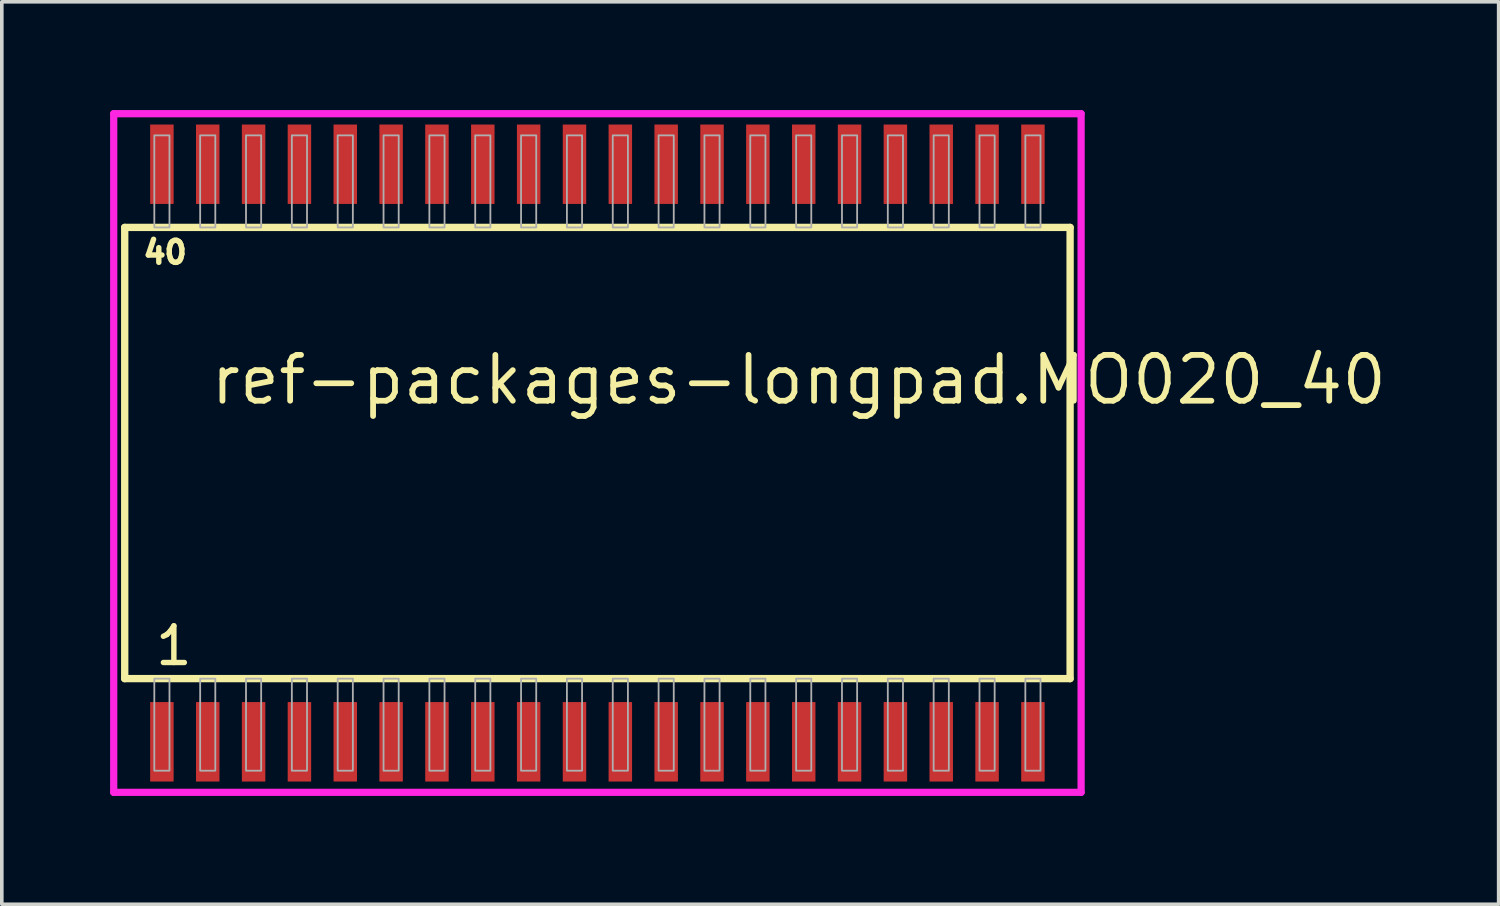
<source format=kicad_pcb>
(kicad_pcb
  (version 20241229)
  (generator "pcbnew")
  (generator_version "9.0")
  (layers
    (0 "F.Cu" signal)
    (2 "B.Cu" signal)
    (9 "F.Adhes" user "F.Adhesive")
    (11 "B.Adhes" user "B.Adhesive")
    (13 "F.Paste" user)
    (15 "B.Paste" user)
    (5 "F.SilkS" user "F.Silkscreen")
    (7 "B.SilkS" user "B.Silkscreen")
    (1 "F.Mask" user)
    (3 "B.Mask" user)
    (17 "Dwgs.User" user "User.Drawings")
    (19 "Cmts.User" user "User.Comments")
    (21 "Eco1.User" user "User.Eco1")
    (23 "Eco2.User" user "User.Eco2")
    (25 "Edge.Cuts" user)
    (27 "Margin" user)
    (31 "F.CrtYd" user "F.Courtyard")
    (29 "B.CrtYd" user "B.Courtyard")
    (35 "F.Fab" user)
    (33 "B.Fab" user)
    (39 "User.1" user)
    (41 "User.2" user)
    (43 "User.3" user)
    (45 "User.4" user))
  (footprint "ref-packages-longpad.MO020_40"
    (layer "F.Cu")
    (at 13.5 9.5)
    (property "Reference" "ref-packages-longpad.MO020_40" (at -10.795 -1.285 0) (layer "F.SilkS") (effects (font (size 1.27 1.27) (thickness 0.16)) (justify left bottom)))
    (attr smd)
    (fp_line (start -13.095 -6.25) (end 13.095 -6.25) (stroke (width 0.203) (type default)) (layer "F.SilkS"))
    (fp_line (start -13.095 6.25) (end -13.095 -6.25) (stroke (width 0.203) (type default)) (layer "F.SilkS"))
    (fp_line (start 13.095 -6.25) (end 13.095 6.25) (stroke (width 0.203) (type default)) (layer "F.SilkS"))
    (fp_line (start 13.095 6.25) (end -13.095 6.25) (stroke (width 0.203) (type default)) (layer "F.SilkS"))
    (fp_line (start -13.4 -9.4) (end 13.4 -9.4) (stroke (width 0.2) (type default)) (layer "F.CrtYd"))
    (fp_line (start -13.4 9.4) (end -13.4 -9.4) (stroke (width 0.2) (type default)) (layer "F.CrtYd"))
    (fp_line (start 13.4 -9.4) (end 13.4 9.4) (stroke (width 0.2) (type default)) (layer "F.CrtYd"))
    (fp_line (start 13.4 9.4) (end -13.4 9.4) (stroke (width 0.2) (type default)) (layer "F.CrtYd"))
    (fp_rect (start -12.275 -6.25) (end -11.855 -8.8) (stroke (width 0.05) (type default)) (fill no) (layer "F.Fab"))
    (fp_rect (start -12.275 8.8) (end -11.855 6.25) (stroke (width 0.05) (type default)) (fill no) (layer "F.Fab"))
    (fp_rect (start -11.005 -6.25) (end -10.585 -8.8) (stroke (width 0.05) (type default)) (fill no) (layer "F.Fab"))
    (fp_rect (start -11.005 8.8) (end -10.585 6.25) (stroke (width 0.05) (type default)) (fill no) (layer "F.Fab"))
    (fp_rect (start -9.735 -6.25) (end -9.315 -8.8) (stroke (width 0.05) (type default)) (fill no) (layer "F.Fab"))
    (fp_rect (start -9.735 8.8) (end -9.315 6.25) (stroke (width 0.05) (type default)) (fill no) (layer "F.Fab"))
    (fp_rect (start -8.465 -6.25) (end -8.045 -8.8) (stroke (width 0.05) (type default)) (fill no) (layer "F.Fab"))
    (fp_rect (start -8.465 8.8) (end -8.045 6.25) (stroke (width 0.05) (type default)) (fill no) (layer "F.Fab"))
    (fp_rect (start -7.195 -6.25) (end -6.775 -8.8) (stroke (width 0.05) (type default)) (fill no) (layer "F.Fab"))
    (fp_rect (start -7.195 8.8) (end -6.775 6.25) (stroke (width 0.05) (type default)) (fill no) (layer "F.Fab"))
    (fp_rect (start -5.925 -6.25) (end -5.505 -8.8) (stroke (width 0.05) (type default)) (fill no) (layer "F.Fab"))
    (fp_rect (start -5.925 8.8) (end -5.505 6.25) (stroke (width 0.05) (type default)) (fill no) (layer "F.Fab"))
    (fp_rect (start -4.655 -6.25) (end -4.235 -8.8) (stroke (width 0.05) (type default)) (fill no) (layer "F.Fab"))
    (fp_rect (start -4.655 8.8) (end -4.235 6.25) (stroke (width 0.05) (type default)) (fill no) (layer "F.Fab"))
    (fp_rect (start -3.385 -6.25) (end -2.965 -8.8) (stroke (width 0.05) (type default)) (fill no) (layer "F.Fab"))
    (fp_rect (start -3.385 8.8) (end -2.965 6.25) (stroke (width 0.05) (type default)) (fill no) (layer "F.Fab"))
    (fp_rect (start -2.115 -6.25) (end -1.695 -8.8) (stroke (width 0.05) (type default)) (fill no) (layer "F.Fab"))
    (fp_rect (start -2.115 8.8) (end -1.695 6.25) (stroke (width 0.05) (type default)) (fill no) (layer "F.Fab"))
    (fp_rect (start -0.845 -6.25) (end -0.425 -8.8) (stroke (width 0.05) (type default)) (fill no) (layer "F.Fab"))
    (fp_rect (start -0.845 8.8) (end -0.425 6.25) (stroke (width 0.05) (type default)) (fill no) (layer "F.Fab"))
    (fp_rect (start 0.425 -6.25) (end 0.845 -8.8) (stroke (width 0.05) (type default)) (fill no) (layer "F.Fab"))
    (fp_rect (start 0.425 8.8) (end 0.845 6.25) (stroke (width 0.05) (type default)) (fill no) (layer "F.Fab"))
    (fp_rect (start 1.695 -6.25) (end 2.115 -8.8) (stroke (width 0.05) (type default)) (fill no) (layer "F.Fab"))
    (fp_rect (start 1.695 8.8) (end 2.115 6.25) (stroke (width 0.05) (type default)) (fill no) (layer "F.Fab"))
    (fp_rect (start 2.965 -6.25) (end 3.385 -8.8) (stroke (width 0.05) (type default)) (fill no) (layer "F.Fab"))
    (fp_rect (start 2.965 8.8) (end 3.385 6.25) (stroke (width 0.05) (type default)) (fill no) (layer "F.Fab"))
    (fp_rect (start 4.235 -6.25) (end 4.655 -8.8) (stroke (width 0.05) (type default)) (fill no) (layer "F.Fab"))
    (fp_rect (start 4.235 8.8) (end 4.655 6.25) (stroke (width 0.05) (type default)) (fill no) (layer "F.Fab"))
    (fp_rect (start 5.505 -6.25) (end 5.925 -8.8) (stroke (width 0.05) (type default)) (fill no) (layer "F.Fab"))
    (fp_rect (start 5.505 8.8) (end 5.925 6.25) (stroke (width 0.05) (type default)) (fill no) (layer "F.Fab"))
    (fp_rect (start 6.775 -6.25) (end 7.195 -8.8) (stroke (width 0.05) (type default)) (fill no) (layer "F.Fab"))
    (fp_rect (start 6.775 8.8) (end 7.195 6.25) (stroke (width 0.05) (type default)) (fill no) (layer "F.Fab"))
    (fp_rect (start 8.045 -6.25) (end 8.465 -8.8) (stroke (width 0.05) (type default)) (fill no) (layer "F.Fab"))
    (fp_rect (start 8.045 8.8) (end 8.465 6.25) (stroke (width 0.05) (type default)) (fill no) (layer "F.Fab"))
    (fp_rect (start 9.315 -6.25) (end 9.735 -8.8) (stroke (width 0.05) (type default)) (fill no) (layer "F.Fab"))
    (fp_rect (start 9.315 8.8) (end 9.735 6.25) (stroke (width 0.05) (type default)) (fill no) (layer "F.Fab"))
    (fp_rect (start 10.585 -6.25) (end 11.005 -8.8) (stroke (width 0.05) (type default)) (fill no) (layer "F.Fab"))
    (fp_rect (start 10.585 8.8) (end 11.005 6.25) (stroke (width 0.05) (type default)) (fill no) (layer "F.Fab"))
    (fp_rect (start 11.855 -6.25) (end 12.275 -8.8) (stroke (width 0.05) (type default)) (fill no) (layer "F.Fab"))
    (fp_rect (start 11.855 8.8) (end 12.275 6.25) (stroke (width 0.05) (type default)) (fill no) (layer "F.Fab"))
    (fp_text user "1" (at -12.316 5.935 0) (layer "F.SilkS") (effects (font (size 1.016 1.016) (thickness 0.15)) (justify left bottom)))
    (fp_text user "40" (at -12.656 -5.2 0) (layer "F.SilkS") (effects (font (size 0.61 0.61) (thickness 0.15)) (justify left bottom)))
    (pad "1" smd roundrect (at -12.065 8) (size 0.65 2.2) (layers "F.Cu" "F.Mask" "F.Paste") (roundrect_rratio 0.01))
    (pad "2" smd roundrect (at -10.795 8) (size 0.65 2.2) (layers "F.Cu" "F.Mask" "F.Paste") (roundrect_rratio 0.01))
    (pad "3" smd roundrect (at -9.525 8) (size 0.65 2.2) (layers "F.Cu" "F.Mask" "F.Paste") (roundrect_rratio 0.01))
    (pad "4" smd roundrect (at -8.255 8) (size 0.65 2.2) (layers "F.Cu" "F.Mask" "F.Paste") (roundrect_rratio 0.01))
    (pad "5" smd roundrect (at -6.985 8) (size 0.65 2.2) (layers "F.Cu" "F.Mask" "F.Paste") (roundrect_rratio 0.01))
    (pad "6" smd roundrect (at -5.715 8) (size 0.65 2.2) (layers "F.Cu" "F.Mask" "F.Paste") (roundrect_rratio 0.01))
    (pad "7" smd roundrect (at -4.445 8) (size 0.65 2.2) (layers "F.Cu" "F.Mask" "F.Paste") (roundrect_rratio 0.01))
    (pad "8" smd roundrect (at -3.175 8) (size 0.65 2.2) (layers "F.Cu" "F.Mask" "F.Paste") (roundrect_rratio 0.01))
    (pad "9" smd roundrect (at -1.905 8) (size 0.65 2.2) (layers "F.Cu" "F.Mask" "F.Paste") (roundrect_rratio 0.01))
    (pad "10" smd roundrect (at -0.635 8) (size 0.65 2.2) (layers "F.Cu" "F.Mask" "F.Paste") (roundrect_rratio 0.01))
    (pad "11" smd roundrect (at 0.635 8) (size 0.65 2.2) (layers "F.Cu" "F.Mask" "F.Paste") (roundrect_rratio 0.01))
    (pad "12" smd roundrect (at 1.905 8) (size 0.65 2.2) (layers "F.Cu" "F.Mask" "F.Paste") (roundrect_rratio 0.01))
    (pad "13" smd roundrect (at 3.175 8) (size 0.65 2.2) (layers "F.Cu" "F.Mask" "F.Paste") (roundrect_rratio 0.01))
    (pad "14" smd roundrect (at 4.445 8) (size 0.65 2.2) (layers "F.Cu" "F.Mask" "F.Paste") (roundrect_rratio 0.01))
    (pad "15" smd roundrect (at 5.715 8) (size 0.65 2.2) (layers "F.Cu" "F.Mask" "F.Paste") (roundrect_rratio 0.01))
    (pad "16" smd roundrect (at 6.985 8) (size 0.65 2.2) (layers "F.Cu" "F.Mask" "F.Paste") (roundrect_rratio 0.01))
    (pad "17" smd roundrect (at 8.255 8) (size 0.65 2.2) (layers "F.Cu" "F.Mask" "F.Paste") (roundrect_rratio 0.01))
    (pad "18" smd roundrect (at 9.525 8) (size 0.65 2.2) (layers "F.Cu" "F.Mask" "F.Paste") (roundrect_rratio 0.01))
    (pad "19" smd roundrect (at 10.795 8) (size 0.65 2.2) (layers "F.Cu" "F.Mask" "F.Paste") (roundrect_rratio 0.01))
    (pad "20" smd roundrect (at 12.065 8) (size 0.65 2.2) (layers "F.Cu" "F.Mask" "F.Paste") (roundrect_rratio 0.01))
    (pad "21" smd roundrect (at 12.065 -8) (size 0.65 2.2) (layers "F.Cu" "F.Mask" "F.Paste") (roundrect_rratio 0.01))
    (pad "22" smd roundrect (at 10.795 -8) (size 0.65 2.2) (layers "F.Cu" "F.Mask" "F.Paste") (roundrect_rratio 0.01))
    (pad "23" smd roundrect (at 9.525 -8) (size 0.65 2.2) (layers "F.Cu" "F.Mask" "F.Paste") (roundrect_rratio 0.01))
    (pad "24" smd roundrect (at 8.255 -8) (size 0.65 2.2) (layers "F.Cu" "F.Mask" "F.Paste") (roundrect_rratio 0.01))
    (pad "25" smd roundrect (at 6.985 -8) (size 0.65 2.2) (layers "F.Cu" "F.Mask" "F.Paste") (roundrect_rratio 0.01))
    (pad "26" smd roundrect (at 5.715 -8) (size 0.65 2.2) (layers "F.Cu" "F.Mask" "F.Paste") (roundrect_rratio 0.01))
    (pad "27" smd roundrect (at 4.445 -8) (size 0.65 2.2) (layers "F.Cu" "F.Mask" "F.Paste") (roundrect_rratio 0.01))
    (pad "28" smd roundrect (at 3.175 -8) (size 0.65 2.2) (layers "F.Cu" "F.Mask" "F.Paste") (roundrect_rratio 0.01))
    (pad "29" smd roundrect (at 1.905 -8) (size 0.65 2.2) (layers "F.Cu" "F.Mask" "F.Paste") (roundrect_rratio 0.01))
    (pad "30" smd roundrect (at 0.635 -8) (size 0.65 2.2) (layers "F.Cu" "F.Mask" "F.Paste") (roundrect_rratio 0.01))
    (pad "31" smd roundrect (at -0.635 -8) (size 0.65 2.2) (layers "F.Cu" "F.Mask" "F.Paste") (roundrect_rratio 0.01))
    (pad "32" smd roundrect (at -1.905 -8) (size 0.65 2.2) (layers "F.Cu" "F.Mask" "F.Paste") (roundrect_rratio 0.01))
    (pad "33" smd roundrect (at -3.175 -8) (size 0.65 2.2) (layers "F.Cu" "F.Mask" "F.Paste") (roundrect_rratio 0.01))
    (pad "34" smd roundrect (at -4.445 -8) (size 0.65 2.2) (layers "F.Cu" "F.Mask" "F.Paste") (roundrect_rratio 0.01))
    (pad "35" smd roundrect (at -5.715 -8) (size 0.65 2.2) (layers "F.Cu" "F.Mask" "F.Paste") (roundrect_rratio 0.01))
    (pad "36" smd roundrect (at -6.985 -8) (size 0.65 2.2) (layers "F.Cu" "F.Mask" "F.Paste") (roundrect_rratio 0.01))
    (pad "37" smd roundrect (at -8.255 -8) (size 0.65 2.2) (layers "F.Cu" "F.Mask" "F.Paste") (roundrect_rratio 0.01))
    (pad "38" smd roundrect (at -9.525 -8) (size 0.65 2.2) (layers "F.Cu" "F.Mask" "F.Paste") (roundrect_rratio 0.01))
    (pad "39" smd roundrect (at -10.795 -8) (size 0.65 2.2) (layers "F.Cu" "F.Mask" "F.Paste") (roundrect_rratio 0.01))
    (pad "40" smd roundrect (at -12.065 -8) (size 0.65 2.2) (layers "F.Cu" "F.Mask" "F.Paste") (roundrect_rratio 0.01)))
  (gr_rect
    (start -3 -3)
    (end 38.467 22)
    (stroke (width 0.1) (type default))
    (fill no)
    (layer "Edge.Cuts")))
</source>
